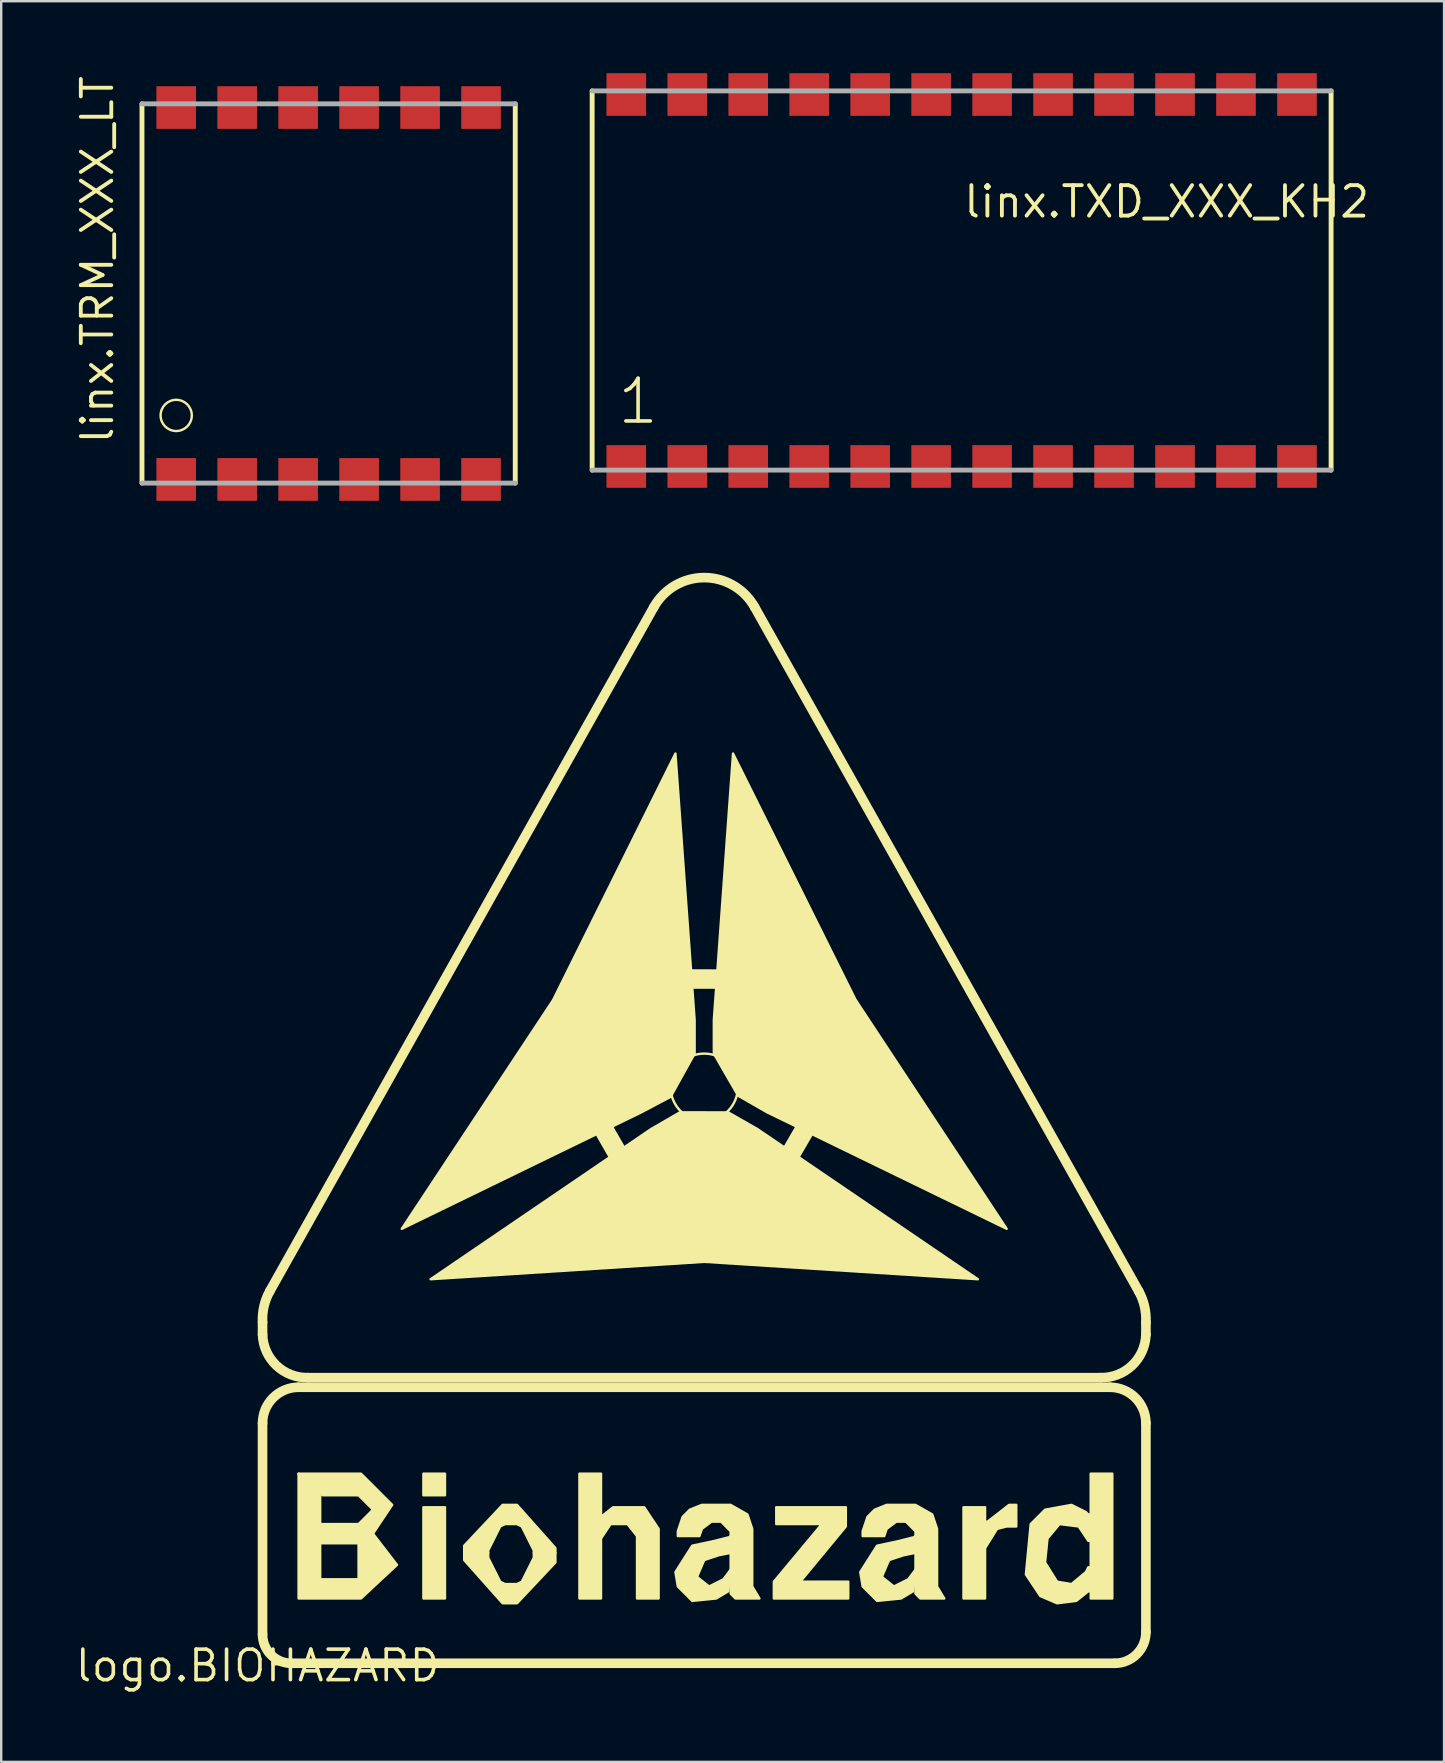
<source format=kicad_pcb>
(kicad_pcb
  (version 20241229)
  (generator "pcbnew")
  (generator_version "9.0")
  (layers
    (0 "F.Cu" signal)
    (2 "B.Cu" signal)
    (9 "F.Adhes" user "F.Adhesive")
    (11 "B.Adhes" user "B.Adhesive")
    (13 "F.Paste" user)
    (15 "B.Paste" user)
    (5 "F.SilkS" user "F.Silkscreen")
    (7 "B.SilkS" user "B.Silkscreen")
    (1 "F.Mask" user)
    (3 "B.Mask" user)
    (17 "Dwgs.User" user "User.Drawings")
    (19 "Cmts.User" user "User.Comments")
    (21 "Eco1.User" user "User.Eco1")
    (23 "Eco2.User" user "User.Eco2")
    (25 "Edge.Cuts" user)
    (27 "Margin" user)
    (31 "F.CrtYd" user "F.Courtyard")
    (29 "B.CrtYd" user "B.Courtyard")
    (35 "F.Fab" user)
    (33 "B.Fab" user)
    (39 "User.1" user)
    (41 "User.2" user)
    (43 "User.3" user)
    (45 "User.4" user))
  (footprint "logo.BIOHAZARD"
    (layer "F.Cu")
    (at 7.688 66.342)
    (property "Reference" "logo.BIOHAZARD" (at 0 0 0) (layer "F.SilkS") (effects (font (size 1.27 1.27) (thickness 0.15))))
    (fp_line (start 0.2 -13.8) (end 0.2 -14.3) (stroke (width 0.4) (type default)) (layer "F.SilkS"))
    (fp_line (start 0.2 -10.1) (end 0.2 -1.3) (stroke (width 0.4) (type default)) (layer "F.SilkS"))
    (fp_line (start 0.5 -15.6) (end 16.5 -44.1) (stroke (width 0.4) (type default)) (layer "F.SilkS"))
    (fp_line (start 1.4 -0.1) (end 35.7 -0.1) (stroke (width 0.4) (type default)) (layer "F.SilkS"))
    (fp_line (start 2.1 -12) (end 35.1 -12) (stroke (width 0.4) (type default)) (layer "F.SilkS"))
    (fp_line (start 35.5 -11.6) (end 1.7 -11.6) (stroke (width 0.4) (type default)) (layer "F.SilkS"))
    (fp_line (start 36.7 -15.6) (end 20.7 -44.1) (stroke (width 0.4) (type default)) (layer "F.SilkS"))
    (fp_line (start 37 -13.8) (end 37 -14.3) (stroke (width 0.4) (type default)) (layer "F.SilkS"))
    (fp_line (start 37 -1.4) (end 37 -10.1) (stroke (width 0.4) (type default)) (layer "F.SilkS"))
    (fp_arc (start 0.2 -14.3) (mid 0.25896 -14.971009) (end 0.5 -15.6) (stroke (width 0.4) (type default)) (layer "F.SilkS"))
    (fp_arc (start 0.2 -10.1) (mid 0.63934 -11.16066) (end 1.7 -11.6) (stroke (width 0.4) (type default)) (layer "F.SilkS"))
    (fp_arc (start 1.4 -0.1) (mid 0.551472 -0.451472) (end 0.2 -1.3) (stroke (width 0.4) (type default)) (layer "F.SilkS"))
    (fp_arc (start 2.1 -12) (mid 0.777152 -12.506439) (end 0.2 -13.8) (stroke (width 0.4) (type default)) (layer "F.SilkS"))
    (fp_arc (start 16.5 -44.1) (mid 18.6 -45.329787) (end 20.7 -44.1) (stroke (width 0.4) (type default)) (layer "F.SilkS"))
    (fp_arc (start 35.5 -11.6) (mid 36.56066 -11.16066) (end 37 -10.1) (stroke (width 0.4) (type default)) (layer "F.SilkS"))
    (fp_arc (start 36.7 -15.6) (mid 36.94104 -14.971009) (end 37 -14.3) (stroke (width 0.4) (type default)) (layer "F.SilkS"))
    (fp_arc (start 37 -13.8) (mid 36.422848 -12.506439) (end 35.1 -12) (stroke (width 0.4) (type default)) (layer "F.SilkS"))
    (fp_arc (start 37 -1.4) (mid 36.619239 -0.480761) (end 35.7 -0.1) (stroke (width 0.4) (type default)) (layer "F.SilkS"))
    (fp_circle (center 18.6 -24.1) (end 20 -24.1) (stroke (width 0.1) (type default)) (fill no) (layer "F.SilkS"))
    (fp_poly (pts (xy 6.9 -8) (xy 6.9 -7.1) (xy 7.8 -7.1) (xy 7.8 -8)) (stroke (width 0.1) (type default)) (fill yes) (layer "F.SilkS"))
    (fp_poly (pts (xy 6.9 -2.8) (xy 7.8 -2.8) (xy 7.8 -6.6) (xy 6.9 -6.6)) (stroke (width 0.1) (type default)) (fill yes) (layer "F.SilkS"))
    (fp_poly (pts (xy 12.625 -24.749) (xy 13.681 -24.32) (xy 16.343 -19.708) (xy 16.153 -18.588)) (stroke (width 0.1) (type default)) (fill yes) (layer "F.SilkS"))
    (fp_poly (pts (xy 21.025 -18.601) (xy 20.869 -19.73) (xy 23.532 -24.342) (xy 24.597 -24.737)) (stroke (width 0.1) (type default)) (fill yes) (layer "F.SilkS"))
    (fp_poly (pts (xy 22.15 -28.95) (xy 21.25 -28.25) (xy 15.925 -28.25) (xy 15.05 -28.975)) (stroke (width 0.1) (type default)) (fill yes) (layer "F.SilkS"))
    (fp_poly (pts (xy 34.7 -8) (xy 34.7 -2.8) (xy 35.6 -2.8) (xy 35.6 -8)) (stroke (width 0.1) (type default)) (fill yes) (layer "F.SilkS"))
    (fp_poly (pts (xy 6 -18.2) (xy 12.3 -27.725) (xy 17.4 -38) (xy 18.2 -26.9) (xy 18.2 -25.5) (xy 17.2 -23.7) (xy 15.975 -23.05)) (stroke (width 0.1) (type default)) (fill yes) (layer "F.SilkS"))
    (fp_poly (pts (xy 19.8 -38) (xy 24.9 -27.75) (xy 31.2 -18.2) (xy 21.225 -23.05) (xy 20.012 -23.746) (xy 19 -25.5) (xy 19 -26.9)) (stroke (width 0.1) (type default)) (fill yes) (layer "F.SilkS"))
    (fp_poly (pts (xy 30 -16.1) (xy 18.6 -16.825) (xy 7.2 -16.1) (xy 16.375 -22.35) (xy 17.587 -23.053) (xy 19.6 -23.05) (xy 20.825 -22.35)) (stroke (width 0.1) (type default)) (fill yes) (layer "F.SilkS"))
    (fp_poly (pts (xy 1.7 -8) (xy 4.3 -8) (xy 5.6 -6.7) (xy 4.8 -5.5) (xy 2.6 -5.5) (xy 2.6 -5.9) (xy 4.2 -5.9) (xy 4.8 -6.5) (xy 4.2 -7.1) (xy 2.7 -7.1)) (stroke (width 0.1) (type default)) (fill yes) (layer "F.SilkS"))
    (fp_poly (pts (xy 21.6 -6.6) (xy 24.5 -6.6) (xy 24.5 -5.8) (xy 22.6 -3.5) (xy 24.6 -3.5) (xy 24.6 -2.8) (xy 21.5 -2.8) (xy 21.5 -3.5) (xy 23.5 -5.9) (xy 21.6 -5.9)) (stroke (width 0.1) (type default)) (fill yes) (layer "F.SilkS"))
    (fp_poly (pts (xy 29.4 -6.6) (xy 29.4 -2.8) (xy 30.3 -2.8) (xy 30.3 -4.9) (xy 30.8 -5.7) (xy 31.2 -5.8) (xy 31.6 -5.8) (xy 31.6 -6.7) (xy 31.3 -6.7) (xy 30.4 -6) (xy 30.3 -6) (xy 30.3 -6.6)) (stroke (width 0.1) (type default)) (fill yes) (layer "F.SilkS"))
    (fp_poly (pts (xy 1.7 -2.8) (xy 4.3 -2.8) (xy 5.8 -4.2) (xy 4.8 -5.5) (xy 2.6 -5.5) (xy 2.6 -5.1) (xy 4.2 -5.1) (xy 4.2 -3.6) (xy 2.6 -3.6) (xy 2.6 -5.1) (xy 2.5 -5.1) (xy 2.6 -5.9) (xy 2.6 -7.1) (xy 1.7 -8)) (stroke (width 0.1) (type default)) (fill yes) (layer "F.SilkS"))
    (fp_poly (pts (xy 8.6 -4.7) (xy 9.6 -4.7) (xy 9.6 -4.8) (xy 10.1 -5.8) (xy 10.3 -5.9) (xy 10.8 -5.9) (xy 11 -5.8) (xy 11.5 -4.8) (xy 11.5 -4.7) (xy 12.4 -4.7) (xy 12.4 -4.9) (xy 10.8 -6.7) (xy 10.2 -6.7) (xy 8.6 -5)) (stroke (width 0.1) (type default)) (fill yes) (layer "F.SilkS"))
    (fp_poly (pts (xy 12.4 -4.7) (xy 11.5 -4.7) (xy 11.5 -4.5) (xy 11 -3.5) (xy 10.8 -3.4) (xy 10.3 -3.4) (xy 10.1 -3.5) (xy 9.6 -4.5) (xy 9.6 -4.7) (xy 8.6 -4.7) (xy 8.6 -4.4) (xy 10.2 -2.6) (xy 10.8 -2.6) (xy 12.4 -4.3)) (stroke (width 0.1) (type default)) (fill yes) (layer "F.SilkS"))
    (fp_poly (pts (xy 13.4 -2.8) (xy 14.3 -2.8) (xy 14.3 -5.3) (xy 14.7 -5.9) (xy 15.4 -5.9) (xy 15.8 -5.4) (xy 15.8 -2.8) (xy 16.7 -2.8) (xy 16.7 -5.7) (xy 16.1 -6.6) (xy 14.8 -6.6) (xy 14.3 -6.2) (xy 14.3 -8) (xy 13.4 -8)) (stroke (width 0.1) (type default)) (fill yes) (layer "F.SilkS"))
    (fp_poly (pts (xy 19.7 -4) (xy 19.4 -3.6) (xy 18.8 -3.3) (xy 18.3 -3.7) (xy 18.6 -4.4) (xy 19.2 -4.6) (xy 19.7 -4.7) (xy 19.7 -5.4) (xy 19.625 -5.35) (xy 18.925 -5.175) (xy 18.1 -5) (xy 17.4 -3.9) (xy 17.5 -3.3) (xy 18.1 -2.7) (xy 19.1 -2.8) (xy 19.6 -3.1)) (stroke (width 0.1) (type default)) (fill yes) (layer "F.SilkS"))
    (fp_poly (pts (xy 27.4 -4) (xy 27.1 -3.6) (xy 26.5 -3.3) (xy 26 -3.7) (xy 26.3 -4.4) (xy 26.9 -4.6) (xy 27.4 -4.7) (xy 27.4 -5.4) (xy 27.325 -5.35) (xy 26.625 -5.175) (xy 25.8 -5) (xy 25.1 -3.9) (xy 25.2 -3.3) (xy 25.8 -2.7) (xy 26.8 -2.8) (xy 27.3 -3.1)) (stroke (width 0.1) (type default)) (fill yes) (layer "F.SilkS"))
    (fp_poly (pts (xy 18.4 -5.4) (xy 17.5 -5.4) (xy 17.5 -5.6) (xy 17.7 -6.2) (xy 18 -6.5) (xy 18.5 -6.7) (xy 19.7 -6.7) (xy 20.4 -6.3) (xy 20.6 -5.7) (xy 20.6 -3.4) (xy 20.6 -3.3) (xy 20.9 -2.8) (xy 19.9 -2.8) (xy 19.7 -3) (xy 19.7 -5.4) (xy 19.7 -5.6) (xy 19.3 -6) (xy 18.9 -6) (xy 18.5 -5.7)) (stroke (width 0.1) (type default)) (fill yes) (layer "F.SilkS"))
    (fp_poly (pts (xy 26.1 -5.4) (xy 25.2 -5.4) (xy 25.2 -5.6) (xy 25.4 -6.2) (xy 25.7 -6.5) (xy 26.2 -6.7) (xy 27.4 -6.7) (xy 28.1 -6.3) (xy 28.3 -5.7) (xy 28.3 -3.4) (xy 28.3 -3.3) (xy 28.6 -2.8) (xy 27.6 -2.8) (xy 27.4 -3) (xy 27.4 -5.4) (xy 27.4 -5.6) (xy 27 -6) (xy 26.6 -6) (xy 26.2 -5.7)) (stroke (width 0.1) (type default)) (fill yes) (layer "F.SilkS"))
    (fp_poly (pts (xy 34.6 -6.3) (xy 34.5 -6.4) (xy 33.9 -6.7) (xy 32.8 -6.5) (xy 32.2 -5.9) (xy 32 -3.8) (xy 32.6 -2.9) (xy 33.3 -2.6) (xy 34.1 -2.7) (xy 34.6 -3.1) (xy 34.7 -3.1) (xy 34.7 -4.1) (xy 34.6 -4.1) (xy 34.5 -3.9) (xy 33.9 -3.4) (xy 33.3 -3.5) (xy 32.8 -4.3) (xy 32.9 -5.3) (xy 33.4 -5.9) (xy 34.2 -5.8) (xy 34.6 -5.2) (xy 34.7 -5.2) (xy 34.7 -6.3)) (stroke (width 0.1) (type default)) (fill yes) (layer "F.SilkS")))
  (footprint "linx.TRM_XXX_LT"
    (layer "F.Cu")
    (at 10.64 9.176)
    (property "Reference" "linx.TRM_XXX_LT" (at -8.89 6.35 90) (layer "F.SilkS") (effects (font (size 1.27 1.27) (thickness 0.16)) (justify left bottom)))
    (attr smd)
    (fp_line (start -7.775 7.9) (end -7.775 -7.9) (stroke (width 0.203) (type default)) (layer "F.SilkS"))
    (fp_line (start 7.775 -7.9) (end 7.775 7.9) (stroke (width 0.203) (type default)) (layer "F.SilkS"))
    (fp_circle (center -6.35 5.08) (end -5.7 5.08) (stroke (width 0.1) (type default)) (fill no) (layer "F.SilkS"))
    (fp_line (start -7.775 -7.9) (end 7.775 -7.9) (stroke (width 0.203) (type default)) (layer "F.Fab"))
    (fp_line (start 7.775 7.9) (end -7.775 7.9) (stroke (width 0.203) (type default)) (layer "F.Fab"))
    (pad "1" smd roundrect (at -6.35 7.747) (size 1.651 1.778) (layers "F.Cu" "F.Mask" "F.Paste") (roundrect_rratio 0.01))
    (pad "2" smd roundrect (at -3.81 7.747) (size 1.651 1.778) (layers "F.Cu" "F.Mask" "F.Paste") (roundrect_rratio 0.01))
    (pad "3" smd roundrect (at -1.27 7.747) (size 1.651 1.778) (layers "F.Cu" "F.Mask" "F.Paste") (roundrect_rratio 0.01))
    (pad "4" smd roundrect (at 1.27 7.747) (size 1.651 1.778) (layers "F.Cu" "F.Mask" "F.Paste") (roundrect_rratio 0.01))
    (pad "5" smd roundrect (at 3.81 7.747) (size 1.651 1.778) (layers "F.Cu" "F.Mask" "F.Paste") (roundrect_rratio 0.01))
    (pad "6" smd roundrect (at 6.35 7.747) (size 1.651 1.778) (layers "F.Cu" "F.Mask" "F.Paste") (roundrect_rratio 0.01))
    (pad "7" smd roundrect (at 6.35 -7.747 180) (size 1.651 1.778) (layers "F.Cu" "F.Mask" "F.Paste") (roundrect_rratio 0.01))
    (pad "8" smd roundrect (at 3.81 -7.747 180) (size 1.651 1.778) (layers "F.Cu" "F.Mask" "F.Paste") (roundrect_rratio 0.01))
    (pad "9" smd roundrect (at 1.27 -7.747 180) (size 1.651 1.778) (layers "F.Cu" "F.Mask" "F.Paste") (roundrect_rratio 0.01))
    (pad "10" smd roundrect (at -1.27 -7.747 180) (size 1.651 1.778) (layers "F.Cu" "F.Mask" "F.Paste") (roundrect_rratio 0.01))
    (pad "11" smd roundrect (at -3.81 -7.747 180) (size 1.651 1.778) (layers "F.Cu" "F.Mask" "F.Paste") (roundrect_rratio 0.01))
    (pad "12" smd roundrect (at -6.35 -7.747 180) (size 1.651 1.778) (layers "F.Cu" "F.Mask" "F.Paste") (roundrect_rratio 0.01)))
  (footprint "linx.TXD_XXX_KH2"
    (layer "F.Cu")
    (at 37.011 8.636)
    (property "Reference" "linx.TXD_XXX_KH2" (at 0 -2.54 0) (layer "F.SilkS") (effects (font (size 1.27 1.27) (thickness 0.16)) (justify left bottom)))
    (attr smd)
    (fp_line (start -15.392 -7.899) (end -15.392 7.899) (stroke (width 0.203) (type default)) (layer "F.SilkS"))
    (fp_line (start 15.392 7.899) (end 15.392 -7.899) (stroke (width 0.203) (type default)) (layer "F.SilkS"))
    (fp_line (start -15.392 7.899) (end 15.392 7.899) (stroke (width 0.203) (type default)) (layer "F.Fab"))
    (fp_line (start 15.392 -7.899) (end -15.392 -7.899) (stroke (width 0.203) (type default)) (layer "F.Fab"))
    (fp_text user "1" (at -14.425 6.075 0) (layer "F.SilkS") (effects (font (size 1.778 1.778) (thickness 0.15)) (justify left bottom)))
    (pad "1" smd roundrect (at -13.97 7.747) (size 1.651 1.778) (layers "F.Cu" "F.Mask" "F.Paste") (roundrect_rratio 0.01))
    (pad "2" smd roundrect (at -11.43 7.747) (size 1.651 1.778) (layers "F.Cu" "F.Mask" "F.Paste") (roundrect_rratio 0.01))
    (pad "3" smd roundrect (at -8.89 7.747) (size 1.651 1.778) (layers "F.Cu" "F.Mask" "F.Paste") (roundrect_rratio 0.01))
    (pad "4" smd roundrect (at -6.35 7.747) (size 1.651 1.778) (layers "F.Cu" "F.Mask" "F.Paste") (roundrect_rratio 0.01))
    (pad "5" smd roundrect (at -3.81 7.747) (size 1.651 1.778) (layers "F.Cu" "F.Mask" "F.Paste") (roundrect_rratio 0.01))
    (pad "6" smd roundrect (at -1.27 7.747) (size 1.651 1.778) (layers "F.Cu" "F.Mask" "F.Paste") (roundrect_rratio 0.01))
    (pad "7" smd roundrect (at 1.27 7.747) (size 1.651 1.778) (layers "F.Cu" "F.Mask" "F.Paste") (roundrect_rratio 0.01))
    (pad "8" smd roundrect (at 3.81 7.747) (size 1.651 1.778) (layers "F.Cu" "F.Mask" "F.Paste") (roundrect_rratio 0.01))
    (pad "9" smd roundrect (at 6.35 7.747) (size 1.651 1.778) (layers "F.Cu" "F.Mask" "F.Paste") (roundrect_rratio 0.01))
    (pad "10" smd roundrect (at 8.89 7.747) (size 1.651 1.778) (layers "F.Cu" "F.Mask" "F.Paste") (roundrect_rratio 0.01))
    (pad "11" smd roundrect (at 11.43 7.747) (size 1.651 1.778) (layers "F.Cu" "F.Mask" "F.Paste") (roundrect_rratio 0.01))
    (pad "12" smd roundrect (at 13.97 7.747) (size 1.651 1.778) (layers "F.Cu" "F.Mask" "F.Paste") (roundrect_rratio 0.01))
    (pad "13" smd roundrect (at 13.97 -7.747 180) (size 1.651 1.778) (layers "F.Cu" "F.Mask" "F.Paste") (roundrect_rratio 0.01))
    (pad "14" smd roundrect (at 11.43 -7.747 180) (size 1.651 1.778) (layers "F.Cu" "F.Mask" "F.Paste") (roundrect_rratio 0.01))
    (pad "15" smd roundrect (at 8.89 -7.747 180) (size 1.651 1.778) (layers "F.Cu" "F.Mask" "F.Paste") (roundrect_rratio 0.01))
    (pad "16" smd roundrect (at 6.35 -7.747 180) (size 1.651 1.778) (layers "F.Cu" "F.Mask" "F.Paste") (roundrect_rratio 0.01))
    (pad "17" smd roundrect (at 3.81 -7.747 180) (size 1.651 1.778) (layers "F.Cu" "F.Mask" "F.Paste") (roundrect_rratio 0.01))
    (pad "18" smd roundrect (at 1.27 -7.747 180) (size 1.651 1.778) (layers "F.Cu" "F.Mask" "F.Paste") (roundrect_rratio 0.01))
    (pad "19" smd roundrect (at -1.27 -7.747 180) (size 1.651 1.778) (layers "F.Cu" "F.Mask" "F.Paste") (roundrect_rratio 0.01))
    (pad "20" smd roundrect (at -3.81 -7.747 180) (size 1.651 1.778) (layers "F.Cu" "F.Mask" "F.Paste") (roundrect_rratio 0.01))
    (pad "21" smd roundrect (at -6.35 -7.747 180) (size 1.651 1.778) (layers "F.Cu" "F.Mask" "F.Paste") (roundrect_rratio 0.01))
    (pad "22" smd roundrect (at -8.89 -7.747 180) (size 1.651 1.778) (layers "F.Cu" "F.Mask" "F.Paste") (roundrect_rratio 0.01))
    (pad "23" smd roundrect (at -11.43 -7.747 180) (size 1.651 1.778) (layers "F.Cu" "F.Mask" "F.Paste") (roundrect_rratio 0.01))
    (pad "24" smd roundrect (at -13.97 -7.747 180) (size 1.651 1.778) (layers "F.Cu" "F.Mask" "F.Paste") (roundrect_rratio 0.01)))
  (gr_rect
    (start -3 -3)
    (end 57.109 70.348)
    (stroke (width 0.1) (type default))
    (fill no)
    (layer "Edge.Cuts")))
</source>
